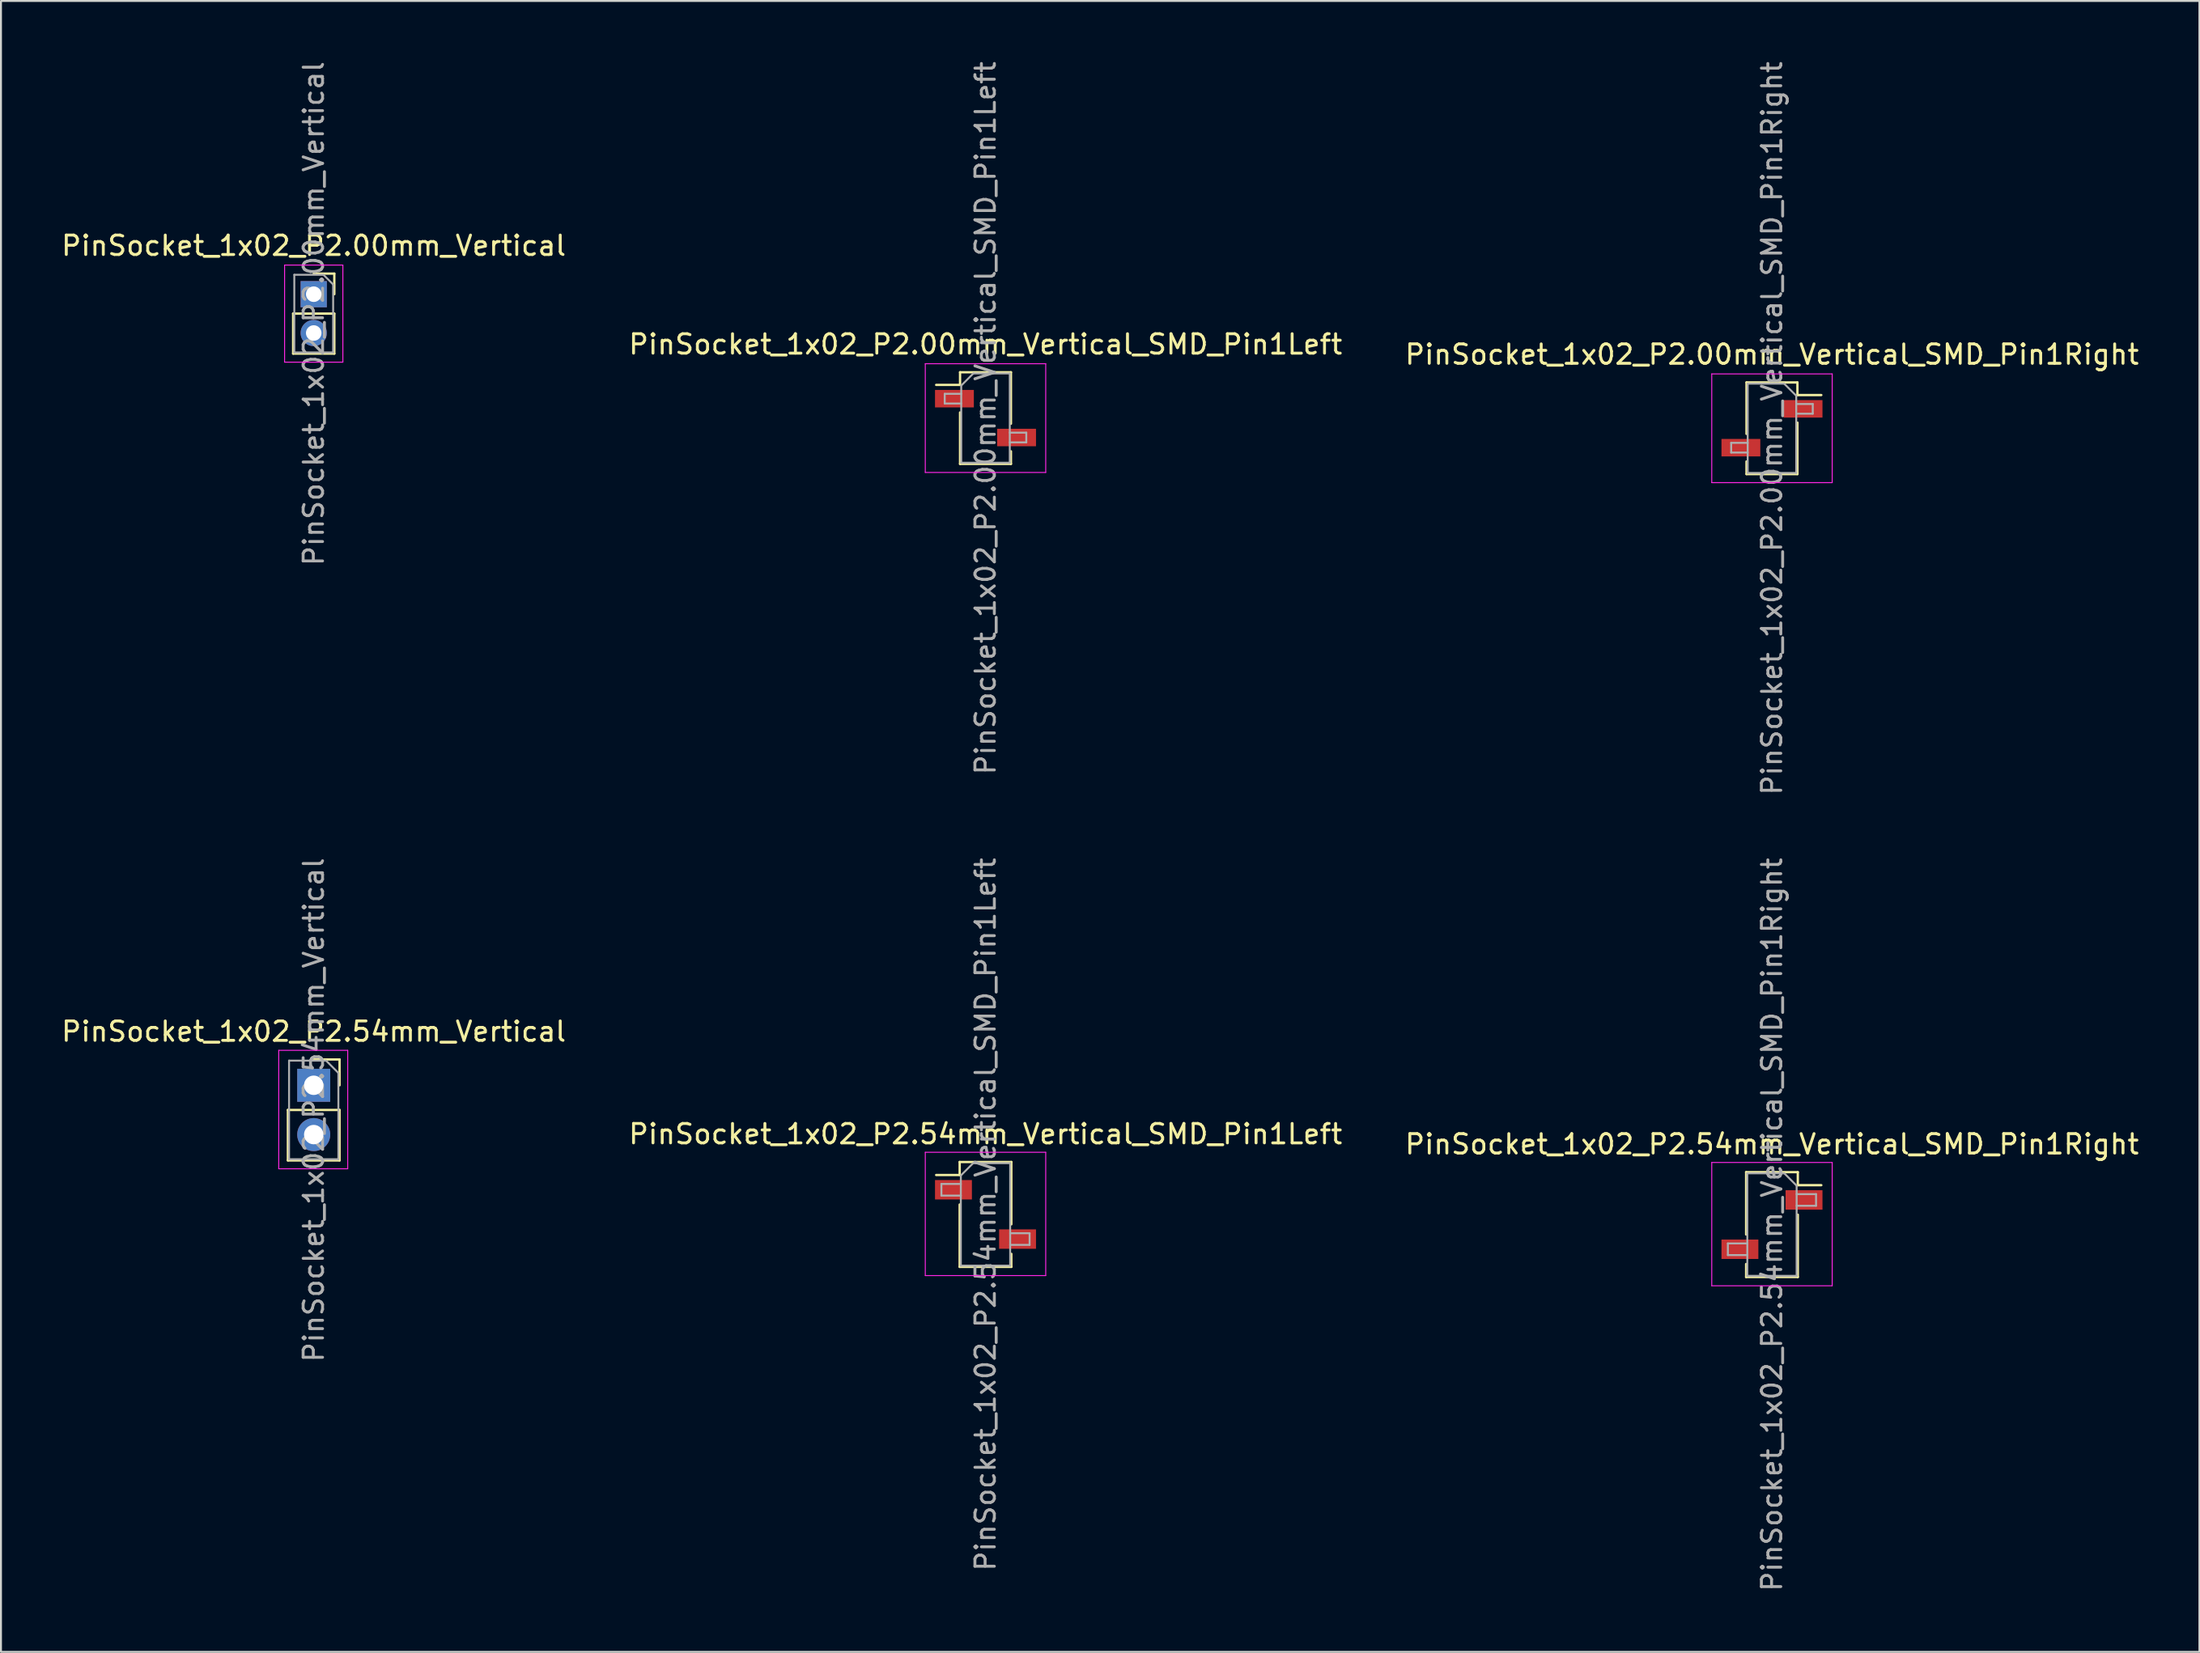
<source format=kicad_pcb>
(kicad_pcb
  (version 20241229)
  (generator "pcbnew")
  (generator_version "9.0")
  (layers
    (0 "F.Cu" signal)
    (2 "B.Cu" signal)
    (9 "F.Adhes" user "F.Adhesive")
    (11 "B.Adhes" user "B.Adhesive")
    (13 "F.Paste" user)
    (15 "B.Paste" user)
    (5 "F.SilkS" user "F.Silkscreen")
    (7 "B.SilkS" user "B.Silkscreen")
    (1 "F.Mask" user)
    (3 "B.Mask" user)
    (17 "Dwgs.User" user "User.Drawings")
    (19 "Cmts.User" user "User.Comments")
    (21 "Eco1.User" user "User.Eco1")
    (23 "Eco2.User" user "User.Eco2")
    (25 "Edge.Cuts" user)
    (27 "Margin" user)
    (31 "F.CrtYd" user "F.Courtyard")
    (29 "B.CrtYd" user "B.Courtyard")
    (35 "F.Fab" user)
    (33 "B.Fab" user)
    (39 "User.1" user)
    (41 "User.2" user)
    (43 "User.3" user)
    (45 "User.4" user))
  (footprint "PinSocket_1x02_P2.54mm_Vertical_SMD_Pin1Right"
    (layer "F.Cu")
    (at 88.173 60.018)
    (property "Reference" "PinSocket_1x02_P2.54mm_Vertical_SMD_Pin1Right" (at 0 -4.14 0) (layer "F.SilkS") (effects (font (size 1 1) (thickness 0.15))))
    (attr smd)
    (fp_line (start -1.33 -2.7) (end -1.33 0.51) (stroke (width 0.12) (type solid)) (layer "F.SilkS"))
    (fp_line (start -1.33 -2.7) (end 1.33 -2.7) (stroke (width 0.12) (type solid)) (layer "F.SilkS"))
    (fp_line (start -1.33 2.03) (end -1.33 2.7) (stroke (width 0.12) (type solid)) (layer "F.SilkS"))
    (fp_line (start -1.33 2.7) (end 1.33 2.7) (stroke (width 0.12) (type solid)) (layer "F.SilkS"))
    (fp_line (start 1.33 -2.7) (end 1.33 -2.03) (stroke (width 0.12) (type solid)) (layer "F.SilkS"))
    (fp_line (start 1.33 -2.03) (end 2.54 -2.03) (stroke (width 0.12) (type solid)) (layer "F.SilkS"))
    (fp_line (start 1.33 -0.51) (end 1.33 2.7) (stroke (width 0.12) (type solid)) (layer "F.SilkS"))
    (fp_line (start -3.1 -3.2) (end 3.1 -3.2) (stroke (width 0.05) (type solid)) (layer "F.CrtYd"))
    (fp_line (start -3.1 3.15) (end -3.1 -3.2) (stroke (width 0.05) (type solid)) (layer "F.CrtYd"))
    (fp_line (start 3.1 -3.2) (end 3.1 3.15) (stroke (width 0.05) (type solid)) (layer "F.CrtYd"))
    (fp_line (start 3.1 3.15) (end -3.1 3.15) (stroke (width 0.05) (type solid)) (layer "F.CrtYd"))
    (fp_line (start -2.27 0.97) (end -1.27 0.97) (stroke (width 0.1) (type solid)) (layer "F.Fab"))
    (fp_line (start -2.27 1.57) (end -2.27 0.97) (stroke (width 0.1) (type solid)) (layer "F.Fab"))
    (fp_line (start -1.27 -2.64) (end 0.635 -2.64) (stroke (width 0.1) (type solid)) (layer "F.Fab"))
    (fp_line (start -1.27 1.57) (end -2.27 1.57) (stroke (width 0.1) (type solid)) (layer "F.Fab"))
    (fp_line (start -1.27 2.64) (end -1.27 -2.64) (stroke (width 0.1) (type solid)) (layer "F.Fab"))
    (fp_line (start 0.635 -2.64) (end 1.27 -2.005) (stroke (width 0.1) (type solid)) (layer "F.Fab"))
    (fp_line (start 1.27 -2.005) (end 1.27 2.64) (stroke (width 0.1) (type solid)) (layer "F.Fab"))
    (fp_line (start 1.27 -1.57) (end 2.27 -1.57) (stroke (width 0.1) (type solid)) (layer "F.Fab"))
    (fp_line (start 1.27 2.64) (end -1.27 2.64) (stroke (width 0.1) (type solid)) (layer "F.Fab"))
    (fp_line (start 2.27 -1.57) (end 2.27 -0.97) (stroke (width 0.1) (type solid)) (layer "F.Fab"))
    (fp_line (start 2.27 -0.97) (end 1.27 -0.97) (stroke (width 0.1) (type solid)) (layer "F.Fab"))
    (fp_text user "${REFERENCE}" (at 0 0 90) (layer "F.Fab") (effects (font (size 1 1) (thickness 0.15))))
    (pad "1" smd rect (at 1.65 -1.27) (size 1.9 1) (layers "F.Cu" "F.Mask" "F.Paste"))
    (pad "2" smd rect (at -1.65 1.27) (size 1.9 1) (layers "F.Cu" "F.Mask" "F.Paste")))
  (footprint "PinSocket_1x02_P2.00mm_Vertical_SMD_Pin1Left"
    (layer "F.Cu")
    (at 47.685 18.482)
    (property "Reference" "PinSocket_1x02_P2.00mm_Vertical_SMD_Pin1Left" (at 0 -3.8 0) (layer "F.SilkS") (effects (font (size 1 1) (thickness 0.15))))
    (attr smd)
    (fp_line (start -2.54 -1.71) (end -1.31 -1.71) (stroke (width 0.12) (type solid)) (layer "F.SilkS"))
    (fp_line (start -1.31 -2.36) (end -1.31 -1.71) (stroke (width 0.12) (type solid)) (layer "F.SilkS"))
    (fp_line (start -1.31 -2.36) (end 1.31 -2.36) (stroke (width 0.12) (type solid)) (layer "F.SilkS"))
    (fp_line (start -1.31 -0.29) (end -1.31 2.36) (stroke (width 0.12) (type solid)) (layer "F.SilkS"))
    (fp_line (start -1.31 2.36) (end 1.31 2.36) (stroke (width 0.12) (type solid)) (layer "F.SilkS"))
    (fp_line (start 1.31 -2.36) (end 1.31 0.29) (stroke (width 0.12) (type solid)) (layer "F.SilkS"))
    (fp_line (start 1.31 1.71) (end 1.31 2.36) (stroke (width 0.12) (type solid)) (layer "F.SilkS"))
    (fp_line (start -3.1 -2.8) (end 3.1 -2.8) (stroke (width 0.05) (type solid)) (layer "F.CrtYd"))
    (fp_line (start -3.1 2.8) (end -3.1 -2.8) (stroke (width 0.05) (type solid)) (layer "F.CrtYd"))
    (fp_line (start 3.1 -2.8) (end 3.1 2.8) (stroke (width 0.05) (type solid)) (layer "F.CrtYd"))
    (fp_line (start 3.1 2.8) (end -3.1 2.8) (stroke (width 0.05) (type solid)) (layer "F.CrtYd"))
    (fp_line (start -2.1 -1.25) (end -1.25 -1.25) (stroke (width 0.1) (type solid)) (layer "F.Fab"))
    (fp_line (start -2.1 -0.75) (end -2.1 -1.25) (stroke (width 0.1) (type solid)) (layer "F.Fab"))
    (fp_line (start -1.25 -1.675) (end -0.625 -2.3) (stroke (width 0.1) (type solid)) (layer "F.Fab"))
    (fp_line (start -1.25 -0.75) (end -2.1 -0.75) (stroke (width 0.1) (type solid)) (layer "F.Fab"))
    (fp_line (start -1.25 2.3) (end -1.25 -1.675) (stroke (width 0.1) (type solid)) (layer "F.Fab"))
    (fp_line (start -0.625 -2.3) (end 1.25 -2.3) (stroke (width 0.1) (type solid)) (layer "F.Fab"))
    (fp_line (start 1.25 -2.3) (end 1.25 2.3) (stroke (width 0.1) (type solid)) (layer "F.Fab"))
    (fp_line (start 1.25 0.75) (end 2.1 0.75) (stroke (width 0.1) (type solid)) (layer "F.Fab"))
    (fp_line (start 1.25 2.3) (end -1.25 2.3) (stroke (width 0.1) (type solid)) (layer "F.Fab"))
    (fp_line (start 2.1 0.75) (end 2.1 1.25) (stroke (width 0.1) (type solid)) (layer "F.Fab"))
    (fp_line (start 2.1 1.25) (end 1.25 1.25) (stroke (width 0.1) (type solid)) (layer "F.Fab"))
    (fp_text user "${REFERENCE}" (at 0 0 90) (layer "F.Fab") (effects (font (size 1 1) (thickness 0.15))))
    (pad "1" smd rect (at -1.6 -1) (size 2 0.9) (layers "F.Cu" "F.Mask" "F.Paste"))
    (pad "2" smd rect (at 1.6 1) (size 2 0.9) (layers "F.Cu" "F.Mask" "F.Paste")))
  (footprint "PinSocket_1x02_P2.00mm_Vertical"
    (layer "F.Cu")
    (at 13.101 12.101)
    (property "Reference" "PinSocket_1x02_P2.00mm_Vertical" (at 0 -2.5 0) (layer "F.SilkS") (effects (font (size 1 1) (thickness 0.15))))
    (attr through_hole)
    (fp_line (start -1.06 1) (end -1.06 3.06) (stroke (width 0.12) (type solid)) (layer "F.SilkS"))
    (fp_line (start -1.06 1) (end 1.06 1) (stroke (width 0.12) (type solid)) (layer "F.SilkS"))
    (fp_line (start -1.06 3.06) (end 1.06 3.06) (stroke (width 0.12) (type solid)) (layer "F.SilkS"))
    (fp_line (start 0 -1.06) (end 1.06 -1.06) (stroke (width 0.12) (type solid)) (layer "F.SilkS"))
    (fp_line (start 1.06 -1.06) (end 1.06 0) (stroke (width 0.12) (type solid)) (layer "F.SilkS"))
    (fp_line (start 1.06 1) (end 1.06 3.06) (stroke (width 0.12) (type solid)) (layer "F.SilkS"))
    (fp_line (start -1.5 -1.5) (end 1.5 -1.5) (stroke (width 0.05) (type solid)) (layer "F.CrtYd"))
    (fp_line (start -1.5 3.5) (end -1.5 -1.5) (stroke (width 0.05) (type solid)) (layer "F.CrtYd"))
    (fp_line (start 1.5 -1.5) (end 1.5 3.5) (stroke (width 0.05) (type solid)) (layer "F.CrtYd"))
    (fp_line (start 1.5 3.5) (end -1.5 3.5) (stroke (width 0.05) (type solid)) (layer "F.CrtYd"))
    (fp_line (start -1 -1) (end 0.5 -1) (stroke (width 0.1) (type solid)) (layer "F.Fab"))
    (fp_line (start -1 3) (end -1 -1) (stroke (width 0.1) (type solid)) (layer "F.Fab"))
    (fp_line (start 0.5 -1) (end 1 -0.5) (stroke (width 0.1) (type solid)) (layer "F.Fab"))
    (fp_line (start 1 -0.5) (end 1 3) (stroke (width 0.1) (type solid)) (layer "F.Fab"))
    (fp_line (start 1 3) (end -1 3) (stroke (width 0.1) (type solid)) (layer "F.Fab"))
    (fp_text user "${REFERENCE}" (at 0 1 90) (layer "F.Fab") (effects (font (size 1 1) (thickness 0.15))))
    (pad "1" thru_hole rect (at 0 0) (size 1.35 1.35) (drill 0.8) (layers "*.Cu" "*.Mask"))
    (pad "2" thru_hole oval (at 0 2) (size 1.35 1.35) (drill 0.8) (layers "*.Cu" "*.Mask")))
  (footprint "PinSocket_1x02_P2.54mm_Vertical"
    (layer "F.Cu")
    (at 13.101 52.843)
    (property "Reference" "PinSocket_1x02_P2.54mm_Vertical" (at 0 -2.77 0) (layer "F.SilkS") (effects (font (size 1 1) (thickness 0.15))))
    (attr through_hole)
    (fp_line (start -1.33 1.27) (end -1.33 3.87) (stroke (width 0.12) (type solid)) (layer "F.SilkS"))
    (fp_line (start -1.33 1.27) (end 1.33 1.27) (stroke (width 0.12) (type solid)) (layer "F.SilkS"))
    (fp_line (start -1.33 3.87) (end 1.33 3.87) (stroke (width 0.12) (type solid)) (layer "F.SilkS"))
    (fp_line (start 0 -1.33) (end 1.33 -1.33) (stroke (width 0.12) (type solid)) (layer "F.SilkS"))
    (fp_line (start 1.33 -1.33) (end 1.33 0) (stroke (width 0.12) (type solid)) (layer "F.SilkS"))
    (fp_line (start 1.33 1.27) (end 1.33 3.87) (stroke (width 0.12) (type solid)) (layer "F.SilkS"))
    (fp_line (start -1.8 -1.8) (end 1.75 -1.8) (stroke (width 0.05) (type solid)) (layer "F.CrtYd"))
    (fp_line (start -1.8 4.3) (end -1.8 -1.8) (stroke (width 0.05) (type solid)) (layer "F.CrtYd"))
    (fp_line (start 1.75 -1.8) (end 1.75 4.3) (stroke (width 0.05) (type solid)) (layer "F.CrtYd"))
    (fp_line (start 1.75 4.3) (end -1.8 4.3) (stroke (width 0.05) (type solid)) (layer "F.CrtYd"))
    (fp_line (start -1.27 -1.27) (end 0.635 -1.27) (stroke (width 0.1) (type solid)) (layer "F.Fab"))
    (fp_line (start -1.27 3.81) (end -1.27 -1.27) (stroke (width 0.1) (type solid)) (layer "F.Fab"))
    (fp_line (start 0.635 -1.27) (end 1.27 -0.635) (stroke (width 0.1) (type solid)) (layer "F.Fab"))
    (fp_line (start 1.27 -0.635) (end 1.27 3.81) (stroke (width 0.1) (type solid)) (layer "F.Fab"))
    (fp_line (start 1.27 3.81) (end -1.27 3.81) (stroke (width 0.1) (type solid)) (layer "F.Fab"))
    (fp_text user "${REFERENCE}" (at 0 1.27 90) (layer "F.Fab") (effects (font (size 1 1) (thickness 0.15))))
    (pad "1" thru_hole rect (at 0 0) (size 1.7 1.7) (drill 1) (layers "*.Cu" "*.Mask"))
    (pad "2" thru_hole oval (at 0 2.54) (size 1.7 1.7) (drill 1) (layers "*.Cu" "*.Mask")))
  (footprint "PinSocket_1x02_P2.54mm_Vertical_SMD_Pin1Left"
    (layer "F.Cu")
    (at 47.685 59.494)
    (property "Reference" "PinSocket_1x02_P2.54mm_Vertical_SMD_Pin1Left" (at 0 -4.14 0) (layer "F.SilkS") (effects (font (size 1 1) (thickness 0.15))))
    (attr smd)
    (fp_line (start -2.54 -2.03) (end -1.33 -2.03) (stroke (width 0.12) (type solid)) (layer "F.SilkS"))
    (fp_line (start -1.33 -2.7) (end -1.33 -2.03) (stroke (width 0.12) (type solid)) (layer "F.SilkS"))
    (fp_line (start -1.33 -2.7) (end 1.33 -2.7) (stroke (width 0.12) (type solid)) (layer "F.SilkS"))
    (fp_line (start -1.33 -0.51) (end -1.33 2.7) (stroke (width 0.12) (type solid)) (layer "F.SilkS"))
    (fp_line (start -1.33 2.7) (end 1.33 2.7) (stroke (width 0.12) (type solid)) (layer "F.SilkS"))
    (fp_line (start 1.33 -2.7) (end 1.33 0.51) (stroke (width 0.12) (type solid)) (layer "F.SilkS"))
    (fp_line (start 1.33 2.03) (end 1.33 2.7) (stroke (width 0.12) (type solid)) (layer "F.SilkS"))
    (fp_line (start -3.1 -3.2) (end 3.1 -3.2) (stroke (width 0.05) (type solid)) (layer "F.CrtYd"))
    (fp_line (start -3.1 3.15) (end -3.1 -3.2) (stroke (width 0.05) (type solid)) (layer "F.CrtYd"))
    (fp_line (start 3.1 -3.2) (end 3.1 3.15) (stroke (width 0.05) (type solid)) (layer "F.CrtYd"))
    (fp_line (start 3.1 3.15) (end -3.1 3.15) (stroke (width 0.05) (type solid)) (layer "F.CrtYd"))
    (fp_line (start -2.27 -1.57) (end -1.27 -1.57) (stroke (width 0.1) (type solid)) (layer "F.Fab"))
    (fp_line (start -2.27 -0.97) (end -2.27 -1.57) (stroke (width 0.1) (type solid)) (layer "F.Fab"))
    (fp_line (start -1.27 -2.005) (end -0.635 -2.64) (stroke (width 0.1) (type solid)) (layer "F.Fab"))
    (fp_line (start -1.27 -0.97) (end -2.27 -0.97) (stroke (width 0.1) (type solid)) (layer "F.Fab"))
    (fp_line (start -1.27 2.64) (end -1.27 -2.005) (stroke (width 0.1) (type solid)) (layer "F.Fab"))
    (fp_line (start -0.635 -2.64) (end 1.27 -2.64) (stroke (width 0.1) (type solid)) (layer "F.Fab"))
    (fp_line (start 1.27 -2.64) (end 1.27 2.64) (stroke (width 0.1) (type solid)) (layer "F.Fab"))
    (fp_line (start 1.27 0.97) (end 2.27 0.97) (stroke (width 0.1) (type solid)) (layer "F.Fab"))
    (fp_line (start 1.27 2.64) (end -1.27 2.64) (stroke (width 0.1) (type solid)) (layer "F.Fab"))
    (fp_line (start 2.27 0.97) (end 2.27 1.57) (stroke (width 0.1) (type solid)) (layer "F.Fab"))
    (fp_line (start 2.27 1.57) (end 1.27 1.57) (stroke (width 0.1) (type solid)) (layer "F.Fab"))
    (fp_text user "${REFERENCE}" (at 0 0 90) (layer "F.Fab") (effects (font (size 1 1) (thickness 0.15))))
    (pad "1" smd rect (at -1.65 -1.27) (size 1.9 1) (layers "F.Cu" "F.Mask" "F.Paste"))
    (pad "2" smd rect (at 1.65 1.27) (size 1.9 1) (layers "F.Cu" "F.Mask" "F.Paste")))
  (footprint "PinSocket_1x02_P2.00mm_Vertical_SMD_Pin1Right"
    (layer "F.Cu")
    (at 88.173 19.006)
    (property "Reference" "PinSocket_1x02_P2.00mm_Vertical_SMD_Pin1Right" (at 0 -3.8 0) (layer "F.SilkS") (effects (font (size 1 1) (thickness 0.15))))
    (attr smd)
    (fp_line (start -1.31 -2.36) (end -1.31 0.29) (stroke (width 0.12) (type solid)) (layer "F.SilkS"))
    (fp_line (start -1.31 -2.36) (end 1.31 -2.36) (stroke (width 0.12) (type solid)) (layer "F.SilkS"))
    (fp_line (start -1.31 1.71) (end -1.31 2.36) (stroke (width 0.12) (type solid)) (layer "F.SilkS"))
    (fp_line (start -1.31 2.36) (end 1.31 2.36) (stroke (width 0.12) (type solid)) (layer "F.SilkS"))
    (fp_line (start 1.31 -2.36) (end 1.31 -1.71) (stroke (width 0.12) (type solid)) (layer "F.SilkS"))
    (fp_line (start 1.31 -1.71) (end 2.54 -1.71) (stroke (width 0.12) (type solid)) (layer "F.SilkS"))
    (fp_line (start 1.31 -0.29) (end 1.31 2.36) (stroke (width 0.12) (type solid)) (layer "F.SilkS"))
    (fp_line (start -3.1 -2.8) (end 3.1 -2.8) (stroke (width 0.05) (type solid)) (layer "F.CrtYd"))
    (fp_line (start -3.1 2.8) (end -3.1 -2.8) (stroke (width 0.05) (type solid)) (layer "F.CrtYd"))
    (fp_line (start 3.1 -2.8) (end 3.1 2.8) (stroke (width 0.05) (type solid)) (layer "F.CrtYd"))
    (fp_line (start 3.1 2.8) (end -3.1 2.8) (stroke (width 0.05) (type solid)) (layer "F.CrtYd"))
    (fp_line (start -2.1 0.75) (end -1.25 0.75) (stroke (width 0.1) (type solid)) (layer "F.Fab"))
    (fp_line (start -2.1 1.25) (end -2.1 0.75) (stroke (width 0.1) (type solid)) (layer "F.Fab"))
    (fp_line (start -1.25 -2.3) (end 0.625 -2.3) (stroke (width 0.1) (type solid)) (layer "F.Fab"))
    (fp_line (start -1.25 1.25) (end -2.1 1.25) (stroke (width 0.1) (type solid)) (layer "F.Fab"))
    (fp_line (start -1.25 2.3) (end -1.25 -2.3) (stroke (width 0.1) (type solid)) (layer "F.Fab"))
    (fp_line (start 0.625 -2.3) (end 1.25 -1.675) (stroke (width 0.1) (type solid)) (layer "F.Fab"))
    (fp_line (start 1.25 -1.675) (end 1.25 2.3) (stroke (width 0.1) (type solid)) (layer "F.Fab"))
    (fp_line (start 1.25 -1.25) (end 2.1 -1.25) (stroke (width 0.1) (type solid)) (layer "F.Fab"))
    (fp_line (start 1.25 2.3) (end -1.25 2.3) (stroke (width 0.1) (type solid)) (layer "F.Fab"))
    (fp_line (start 2.1 -1.25) (end 2.1 -0.75) (stroke (width 0.1) (type solid)) (layer "F.Fab"))
    (fp_line (start 2.1 -0.75) (end 1.25 -0.75) (stroke (width 0.1) (type solid)) (layer "F.Fab"))
    (fp_text user "${REFERENCE}" (at 0 0 90) (layer "F.Fab") (effects (font (size 1 1) (thickness 0.15))))
    (pad "1" smd rect (at 1.6 -1) (size 2 0.9) (layers "F.Cu" "F.Mask" "F.Paste"))
    (pad "2" smd rect (at -1.6 1) (size 2 0.9) (layers "F.Cu" "F.Mask" "F.Paste")))
  (gr_rect
    (start -3 -3)
    (end 110.179 82.024)
    (stroke (width 0.1) (type default))
    (fill no)
    (layer "Edge.Cuts")))
</source>
